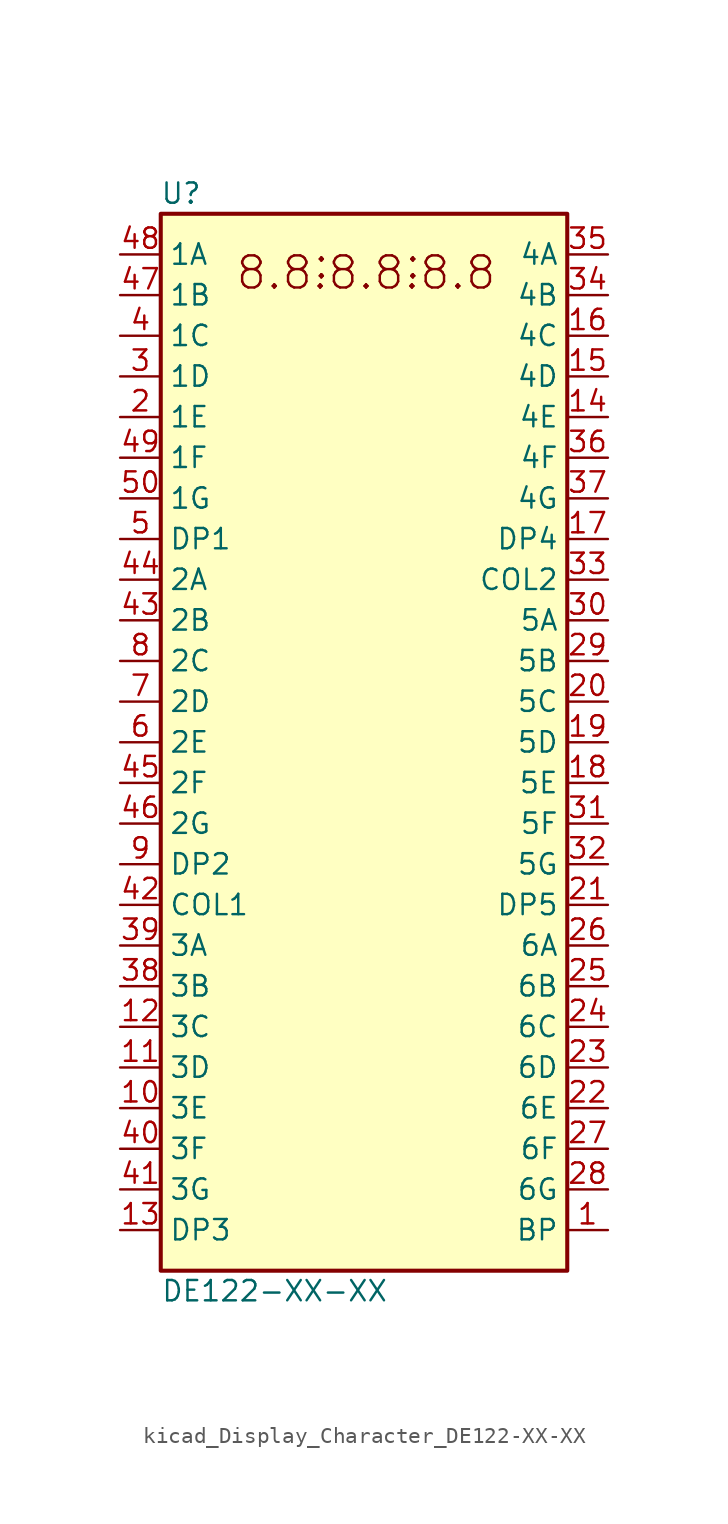
<source format=kicad_sym>
(kicad_symbol_lib
  (version 20220914)
  (generator kicad_symbol_editor)
  (symbol "kicad_Display_Character_DE122-XX-XX"
    (property "Reference" "U"
      (at -11.43 34.29 0)
      (effects (font (size 1.27 1.27))))
    (property "Value" "DE122-XX-XX"
      (at -12.7 -34.29 0)
      (effects (font (size 1.27 1.27)) (justify left)))
    (symbol "kicad_Display_Character_DE122-XX-XX_0_0"
      (text "8.8.8.8.8.8" (at 0.127 29.337 0) (effects (font (size 2.007 2.007))))
      (text ":" (at -2.667 29.972 0) (effects (font (size 2.007 2.007))))
      (text ":" (at 3.048 29.972 0) (effects (font (size 2.007 2.007))))
      (pin input line (at -15.24 -27.94 0) (length 2.54) (name "3G" (effects (font (size 1.27 1.27)))) (number "41" (effects (font (size 1.27 1.27)))))
      (pin input line (at -15.24 -10.16 0) (length 2.54) (name "COL1" (effects (font (size 1.27 1.27)))) (number "42" (effects (font (size 1.27 1.27)))))
      (pin input line (at -15.24 7.62 0) (length 2.54) (name "2B" (effects (font (size 1.27 1.27)))) (number "43" (effects (font (size 1.27 1.27)))))
      (pin input line (at -15.24 10.16 0) (length 2.54) (name "2A" (effects (font (size 1.27 1.27)))) (number "44" (effects (font (size 1.27 1.27)))))
      (pin input line (at -15.24 -2.54 0) (length 2.54) (name "2F" (effects (font (size 1.27 1.27)))) (number "45" (effects (font (size 1.27 1.27)))))
      (pin input line (at -15.24 -5.08 0) (length 2.54) (name "2G" (effects (font (size 1.27 1.27)))) (number "46" (effects (font (size 1.27 1.27)))))
      (pin input line (at -15.24 27.94 0) (length 2.54) (name "1B" (effects (font (size 1.27 1.27)))) (number "47" (effects (font (size 1.27 1.27)))))
      (pin input line (at -15.24 30.48 0) (length 2.54) (name "1A" (effects (font (size 1.27 1.27)))) (number "48" (effects (font (size 1.27 1.27)))))
      (pin input line (at -15.24 17.78 0) (length 2.54) (name "1F" (effects (font (size 1.27 1.27)))) (number "49" (effects (font (size 1.27 1.27)))))
      (pin input line (at -15.24 15.24 0) (length 2.54) (name "1G" (effects (font (size 1.27 1.27)))) (number "50" (effects (font (size 1.27 1.27))))))
    (symbol "kicad_Display_Character_DE122-XX-XX_0_1"
      (rectangle (start -12.7 33.02) (end 12.7 -33.02) (stroke (width 0.254) (type default)) (fill (type background))))
    (symbol "kicad_Display_Character_DE122-XX-XX_1_1"
      (pin input line (at 15.24 -30.48 180) (length 2.54) (name "BP" (effects (font (size 1.27 1.27)))) (number "1" (effects (font (size 1.27 1.27)))))
      (pin input line (at -15.24 -22.86 0) (length 2.54) (name "3E" (effects (font (size 1.27 1.27)))) (number "10" (effects (font (size 1.27 1.27)))))
      (pin input line (at -15.24 -20.32 0) (length 2.54) (name "3D" (effects (font (size 1.27 1.27)))) (number "11" (effects (font (size 1.27 1.27)))))
      (pin input line (at -15.24 -17.78 0) (length 2.54) (name "3C" (effects (font (size 1.27 1.27)))) (number "12" (effects (font (size 1.27 1.27)))))
      (pin input line (at -15.24 -30.48 0) (length 2.54) (name "DP3" (effects (font (size 1.27 1.27)))) (number "13" (effects (font (size 1.27 1.27)))))
      (pin input line (at 15.24 20.32 180) (length 2.54) (name "4E" (effects (font (size 1.27 1.27)))) (number "14" (effects (font (size 1.27 1.27)))))
      (pin input line (at 15.24 22.86 180) (length 2.54) (name "4D" (effects (font (size 1.27 1.27)))) (number "15" (effects (font (size 1.27 1.27)))))
      (pin input line (at 15.24 25.4 180) (length 2.54) (name "4C" (effects (font (size 1.27 1.27)))) (number "16" (effects (font (size 1.27 1.27)))))
      (pin input line (at 15.24 12.7 180) (length 2.54) (name "DP4" (effects (font (size 1.27 1.27)))) (number "17" (effects (font (size 1.27 1.27)))))
      (pin input line (at 15.24 -2.54 180) (length 2.54) (name "5E" (effects (font (size 1.27 1.27)))) (number "18" (effects (font (size 1.27 1.27)))))
      (pin input line (at 15.24 0 180) (length 2.54) (name "5D" (effects (font (size 1.27 1.27)))) (number "19" (effects (font (size 1.27 1.27)))))
      (pin input line (at -15.24 20.32 0) (length 2.54) (name "1E" (effects (font (size 1.27 1.27)))) (number "2" (effects (font (size 1.27 1.27)))))
      (pin input line (at 15.24 2.54 180) (length 2.54) (name "5C" (effects (font (size 1.27 1.27)))) (number "20" (effects (font (size 1.27 1.27)))))
      (pin input line (at 15.24 -10.16 180) (length 2.54) (name "DP5" (effects (font (size 1.27 1.27)))) (number "21" (effects (font (size 1.27 1.27)))))
      (pin input line (at 15.24 -22.86 180) (length 2.54) (name "6E" (effects (font (size 1.27 1.27)))) (number "22" (effects (font (size 1.27 1.27)))))
      (pin input line (at 15.24 -20.32 180) (length 2.54) (name "6D" (effects (font (size 1.27 1.27)))) (number "23" (effects (font (size 1.27 1.27)))))
      (pin input line (at 15.24 -17.78 180) (length 2.54) (name "6C" (effects (font (size 1.27 1.27)))) (number "24" (effects (font (size 1.27 1.27)))))
      (pin input line (at 15.24 -15.24 180) (length 2.54) (name "6B" (effects (font (size 1.27 1.27)))) (number "25" (effects (font (size 1.27 1.27)))))
      (pin input line (at 15.24 -12.7 180) (length 2.54) (name "6A" (effects (font (size 1.27 1.27)))) (number "26" (effects (font (size 1.27 1.27)))))
      (pin input line (at 15.24 -25.4 180) (length 2.54) (name "6F" (effects (font (size 1.27 1.27)))) (number "27" (effects (font (size 1.27 1.27)))))
      (pin input line (at 15.24 -27.94 180) (length 2.54) (name "6G" (effects (font (size 1.27 1.27)))) (number "28" (effects (font (size 1.27 1.27)))))
      (pin input line (at 15.24 5.08 180) (length 2.54) (name "5B" (effects (font (size 1.27 1.27)))) (number "29" (effects (font (size 1.27 1.27)))))
      (pin input line (at -15.24 22.86 0) (length 2.54) (name "1D" (effects (font (size 1.27 1.27)))) (number "3" (effects (font (size 1.27 1.27)))))
      (pin input line (at 15.24 7.62 180) (length 2.54) (name "5A" (effects (font (size 1.27 1.27)))) (number "30" (effects (font (size 1.27 1.27)))))
      (pin input line (at 15.24 -5.08 180) (length 2.54) (name "5F" (effects (font (size 1.27 1.27)))) (number "31" (effects (font (size 1.27 1.27)))))
      (pin input line (at 15.24 -7.62 180) (length 2.54) (name "5G" (effects (font (size 1.27 1.27)))) (number "32" (effects (font (size 1.27 1.27)))))
      (pin input line (at 15.24 10.16 180) (length 2.54) (name "COL2" (effects (font (size 1.27 1.27)))) (number "33" (effects (font (size 1.27 1.27)))))
      (pin input line (at 15.24 27.94 180) (length 2.54) (name "4B" (effects (font (size 1.27 1.27)))) (number "34" (effects (font (size 1.27 1.27)))))
      (pin input line (at 15.24 30.48 180) (length 2.54) (name "4A" (effects (font (size 1.27 1.27)))) (number "35" (effects (font (size 1.27 1.27)))))
      (pin input line (at 15.24 17.78 180) (length 2.54) (name "4F" (effects (font (size 1.27 1.27)))) (number "36" (effects (font (size 1.27 1.27)))))
      (pin input line (at 15.24 15.24 180) (length 2.54) (name "4G" (effects (font (size 1.27 1.27)))) (number "37" (effects (font (size 1.27 1.27)))))
      (pin input line (at -15.24 -15.24 0) (length 2.54) (name "3B" (effects (font (size 1.27 1.27)))) (number "38" (effects (font (size 1.27 1.27)))))
      (pin input line (at -15.24 -12.7 0) (length 2.54) (name "3A" (effects (font (size 1.27 1.27)))) (number "39" (effects (font (size 1.27 1.27)))))
      (pin input line (at -15.24 25.4 0) (length 2.54) (name "1C" (effects (font (size 1.27 1.27)))) (number "4" (effects (font (size 1.27 1.27)))))
      (pin input line (at -15.24 -25.4 0) (length 2.54) (name "3F" (effects (font (size 1.27 1.27)))) (number "40" (effects (font (size 1.27 1.27)))))
      (pin input line (at -15.24 12.7 0) (length 2.54) (name "DP1" (effects (font (size 1.27 1.27)))) (number "5" (effects (font (size 1.27 1.27)))))
      (pin input line (at -15.24 0 0) (length 2.54) (name "2E" (effects (font (size 1.27 1.27)))) (number "6" (effects (font (size 1.27 1.27)))))
      (pin input line (at -15.24 2.54 0) (length 2.54) (name "2D" (effects (font (size 1.27 1.27)))) (number "7" (effects (font (size 1.27 1.27)))))
      (pin input line (at -15.24 5.08 0) (length 2.54) (name "2C" (effects (font (size 1.27 1.27)))) (number "8" (effects (font (size 1.27 1.27)))))
      (pin input line (at -15.24 -7.62 0) (length 2.54) (name "DP2" (effects (font (size 1.27 1.27)))) (number "9" (effects (font (size 1.27 1.27))))))))
</source>
